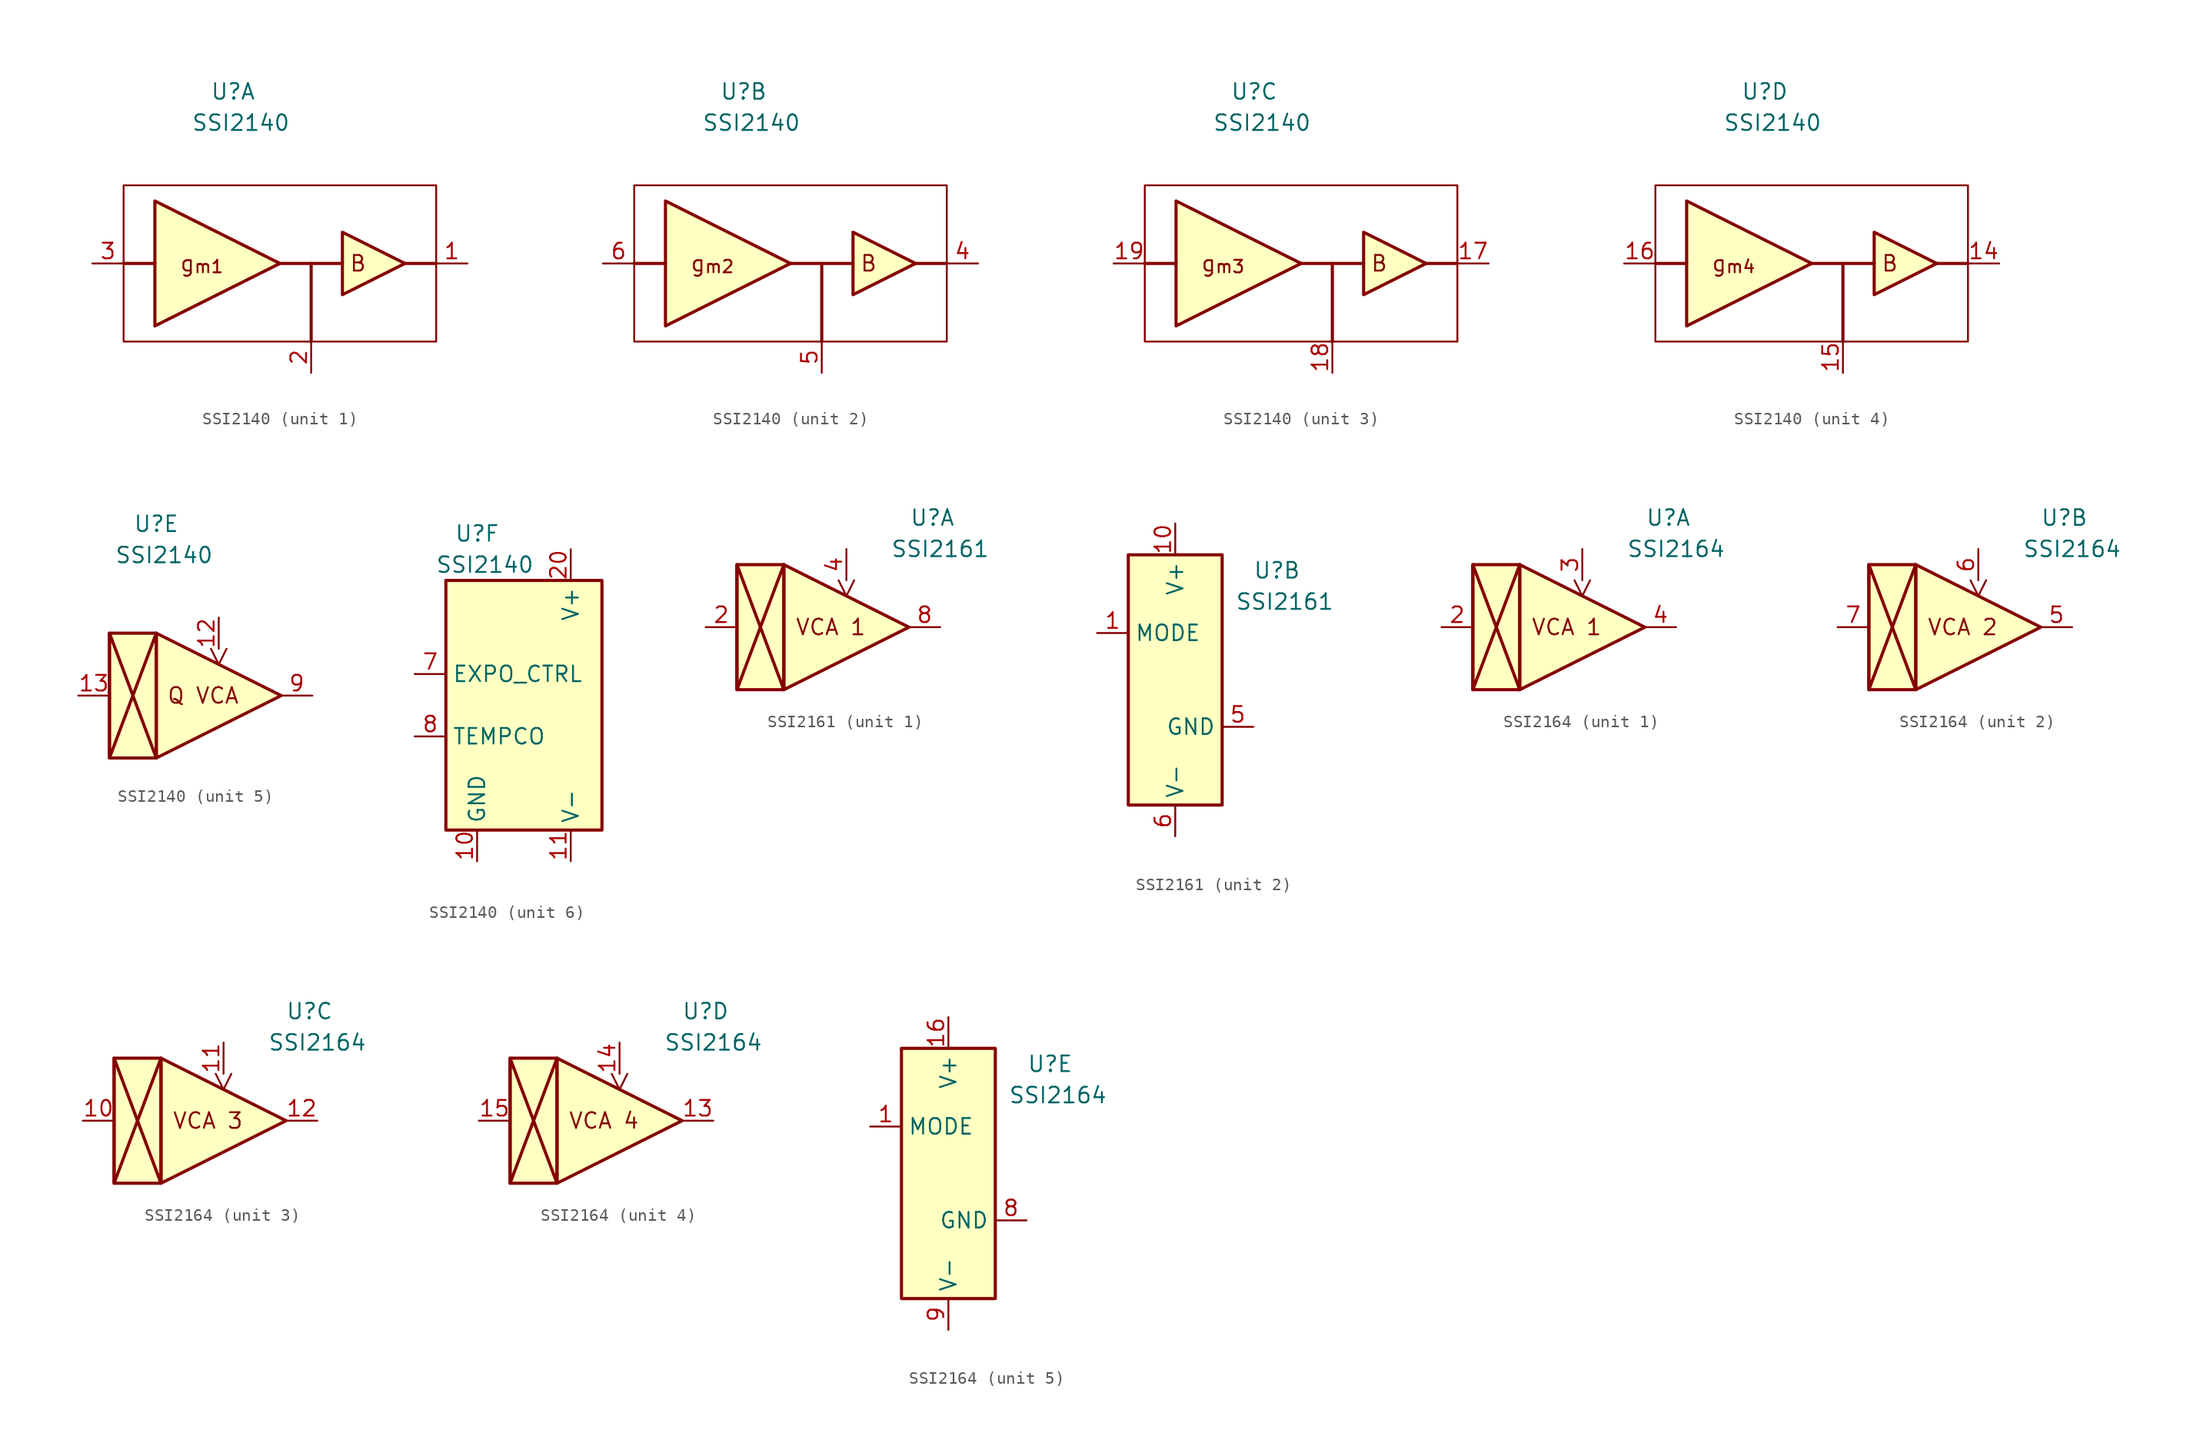
<source format=kicad_sym>
(kicad_symbol_lib
  (version 20211014)
  (generator kicad_symbol_editor)
  (symbol "SSI2140"
    (property "Reference" "U"
      (at -3.81 13.97 0)
      (effects (font (size 1.27 1.27))))
    (property "Value" "SSI2140"
      (at -3.175 11.43 0)
      (effects (font (size 1.27 1.27))))
    (property "ki_locked" ""
      (at 0 0 0)
      (effects (font (size 1.27 1.27))))
    (symbol "SSI2140_1_0"
      (rectangle (start -12.7 6.35) (end 12.7 -6.35) (stroke (width 0) (type default) (color 0 0 0 0)) (fill (type none)))
      (polyline (pts (xy -12.7 0) (xy -10.16 0)) (stroke (width 0.254) (type default) (color 0 0 0 0)) (fill (type none)))
      (polyline (pts (xy 0 0) (xy 5.08 0)) (stroke (width 0.254) (type default) (color 0 0 0 0)) (fill (type none)))
      (polyline (pts (xy 2.54 -6.35) (xy 2.54 0)) (stroke (width 0.254) (type default) (color 0 0 0 0)) (fill (type none)))
      (polyline (pts (xy 12.7 0) (xy 10.16 0)) (stroke (width 0.254) (type default) (color 0 0 0 0)) (fill (type none)))
      (text "B" (at 6.35 0 0) (effects (font (size 1.27 1.27))))
      (text "g_{m1}" (at -6.35 0 0) (effects (font (size 1.27 1.27)))))
    (symbol "SSI2140_1_1"
      (polyline (pts (xy -10.16 5.08) (xy 0 0) (xy -10.16 -5.08) (xy -10.16 5.08)) (stroke (width 0.254) (type default) (color 0 0 0 0)) (fill (type background)))
      (polyline (pts (xy 5.08 -2.54) (xy 5.08 2.54) (xy 10.16 0) (xy 5.08 -2.54) (xy 5.08 2.54)) (stroke (width 0.254) (type default) (color 0 0 0 0)) (fill (type background)))
      (pin output line (at 15.24 0 180) (length 2.54) (name "~" (effects (font (size 1.27 1.27)))) (number "1" (effects (font (size 1.27 1.27)))))
      (pin passive line (at 2.54 -8.89 90) (length 2.54) (name "~" (effects (font (size 1.27 1.27)))) (number "2" (effects (font (size 1.27 1.27)))))
      (pin input line (at -15.24 0 0) (length 2.54) (name "~" (effects (font (size 1.27 1.27)))) (number "3" (effects (font (size 1.27 1.27))))))
    (symbol "SSI2140_2_0"
      (rectangle (start -12.7 6.35) (end 12.7 -6.35) (stroke (width 0) (type default) (color 0 0 0 0)) (fill (type none)))
      (polyline (pts (xy -12.7 0) (xy -10.16 0)) (stroke (width 0.254) (type default) (color 0 0 0 0)) (fill (type none)))
      (polyline (pts (xy 0 0) (xy 5.08 0)) (stroke (width 0.254) (type default) (color 0 0 0 0)) (fill (type none)))
      (polyline (pts (xy 2.54 -6.35) (xy 2.54 0)) (stroke (width 0.254) (type default) (color 0 0 0 0)) (fill (type none)))
      (polyline (pts (xy 12.7 0) (xy 10.16 0)) (stroke (width 0.254) (type default) (color 0 0 0 0)) (fill (type none)))
      (text "B" (at 6.35 0 0) (effects (font (size 1.27 1.27))))
      (text "g_{m2}" (at -6.35 0 0) (effects (font (size 1.27 1.27)))))
    (symbol "SSI2140_2_1"
      (polyline (pts (xy -10.16 5.08) (xy 0 0) (xy -10.16 -5.08) (xy -10.16 5.08)) (stroke (width 0.254) (type default) (color 0 0 0 0)) (fill (type background)))
      (polyline (pts (xy 5.08 -2.54) (xy 5.08 2.54) (xy 10.16 0) (xy 5.08 -2.54) (xy 5.08 2.54)) (stroke (width 0.254) (type default) (color 0 0 0 0)) (fill (type background)))
      (pin output line (at 15.24 0 180) (length 2.54) (name "~" (effects (font (size 1.27 1.27)))) (number "4" (effects (font (size 1.27 1.27)))))
      (pin passive line (at 2.54 -8.89 90) (length 2.54) (name "~" (effects (font (size 1.27 1.27)))) (number "5" (effects (font (size 1.27 1.27)))))
      (pin input line (at -15.24 0 0) (length 2.54) (name "~" (effects (font (size 1.27 1.27)))) (number "6" (effects (font (size 1.27 1.27))))))
    (symbol "SSI2140_3_0"
      (rectangle (start -12.7 6.35) (end 12.7 -6.35) (stroke (width 0) (type default) (color 0 0 0 0)) (fill (type none)))
      (polyline (pts (xy -12.7 0) (xy -10.16 0)) (stroke (width 0.254) (type default) (color 0 0 0 0)) (fill (type none)))
      (polyline (pts (xy 0 0) (xy 5.08 0)) (stroke (width 0.254) (type default) (color 0 0 0 0)) (fill (type none)))
      (polyline (pts (xy 2.54 -6.35) (xy 2.54 0)) (stroke (width 0.254) (type default) (color 0 0 0 0)) (fill (type none)))
      (polyline (pts (xy 12.7 0) (xy 10.16 0)) (stroke (width 0.254) (type default) (color 0 0 0 0)) (fill (type none)))
      (text "B" (at 6.35 0 0) (effects (font (size 1.27 1.27))))
      (text "g_{m3}" (at -6.35 0 0) (effects (font (size 1.27 1.27)))))
    (symbol "SSI2140_3_1"
      (polyline (pts (xy -10.16 5.08) (xy 0 0) (xy -10.16 -5.08) (xy -10.16 5.08)) (stroke (width 0.254) (type default) (color 0 0 0 0)) (fill (type background)))
      (polyline (pts (xy 5.08 -2.54) (xy 5.08 2.54) (xy 10.16 0) (xy 5.08 -2.54) (xy 5.08 2.54)) (stroke (width 0.254) (type default) (color 0 0 0 0)) (fill (type background)))
      (pin output line (at 15.24 0 180) (length 2.54) (name "~" (effects (font (size 1.27 1.27)))) (number "17" (effects (font (size 1.27 1.27)))))
      (pin passive line (at 2.54 -8.89 90) (length 2.54) (name "~" (effects (font (size 1.27 1.27)))) (number "18" (effects (font (size 1.27 1.27)))))
      (pin input line (at -15.24 0 0) (length 2.54) (name "~" (effects (font (size 1.27 1.27)))) (number "19" (effects (font (size 1.27 1.27))))))
    (symbol "SSI2140_4_0"
      (rectangle (start -12.7 6.35) (end 12.7 -6.35) (stroke (width 0) (type default) (color 0 0 0 0)) (fill (type none)))
      (polyline (pts (xy -12.7 0) (xy -10.16 0)) (stroke (width 0.254) (type default) (color 0 0 0 0)) (fill (type none)))
      (polyline (pts (xy 0 0) (xy 5.08 0)) (stroke (width 0.254) (type default) (color 0 0 0 0)) (fill (type none)))
      (polyline (pts (xy 2.54 -6.35) (xy 2.54 0)) (stroke (width 0.254) (type default) (color 0 0 0 0)) (fill (type none)))
      (polyline (pts (xy 12.7 0) (xy 10.16 0)) (stroke (width 0.254) (type default) (color 0 0 0 0)) (fill (type none)))
      (text "B" (at 6.35 0 0) (effects (font (size 1.27 1.27))))
      (text "g_{m4}" (at -6.35 0 0) (effects (font (size 1.27 1.27)))))
    (symbol "SSI2140_4_1"
      (polyline (pts (xy -10.16 5.08) (xy 0 0) (xy -10.16 -5.08) (xy -10.16 5.08)) (stroke (width 0.254) (type default) (color 0 0 0 0)) (fill (type background)))
      (polyline (pts (xy 5.08 -2.54) (xy 5.08 2.54) (xy 10.16 0) (xy 5.08 -2.54) (xy 5.08 2.54)) (stroke (width 0.254) (type default) (color 0 0 0 0)) (fill (type background)))
      (pin output line (at 15.24 0 180) (length 2.54) (name "~" (effects (font (size 1.27 1.27)))) (number "14" (effects (font (size 1.27 1.27)))))
      (pin passive line (at 2.54 -8.89 90) (length 2.54) (name "~" (effects (font (size 1.27 1.27)))) (number "15" (effects (font (size 1.27 1.27)))))
      (pin input line (at -15.24 0 0) (length 2.54) (name "~" (effects (font (size 1.27 1.27)))) (number "16" (effects (font (size 1.27 1.27))))))
    (symbol "SSI2140_5_1"
      (rectangle (start -3.81 5.08) (end -7.62 -5.08) (stroke (width 0.254) (type default) (color 0 0 0 0)) (fill (type background)))
      (polyline (pts (xy -3.81 5.08) (xy -7.62 -5.08) (xy -7.62 5.08) (xy -3.81 -5.08)) (stroke (width 0.254) (type default) (color 0 0 0 0)) (fill (type none)))
      (polyline (pts (xy -3.81 5.08) (xy 6.35 0) (xy -3.81 -5.08) (xy -3.81 5.08)) (stroke (width 0.254) (type default) (color 0 0 0 0)) (fill (type background)))
      (text "Q VCA" (at 0 0 0) (effects (font (size 1.27 1.27))))
      (pin input clock (at 1.27 6.35 270) (length 2.54) (name "~" (effects (font (size 1.27 1.27)))) (number "12" (effects (font (size 1.27 1.27)))))
      (pin input line (at -10.16 0 0) (length 2.54) (name "" (effects (font (size 1.27 1.27)))) (number "13" (effects (font (size 1.27 1.27)))))
      (pin output line (at 8.89 0 180) (length 2.54) (name "~" (effects (font (size 1.27 1.27)))) (number "9" (effects (font (size 1.27 1.27))))))
    (symbol "SSI2140_6_0"
      (rectangle (start -6.35 10.16) (end 6.35 -10.16) (stroke (width 0.254) (type default) (color 0 0 0 0)) (fill (type background))))
    (symbol "SSI2140_6_1"
      (pin power_in line (at -3.81 -12.7 90) (length 2.54) (name "GND" (effects (font (size 1.27 1.27)))) (number "10" (effects (font (size 1.27 1.27)))))
      (pin power_in line (at 3.81 -12.7 90) (length 2.54) (name "V-" (effects (font (size 1.27 1.27)))) (number "11" (effects (font (size 1.27 1.27)))))
      (pin power_in line (at 3.81 12.7 270) (length 2.54) (name "V+" (effects (font (size 1.27 1.27)))) (number "20" (effects (font (size 1.27 1.27)))))
      (pin input line (at -8.89 2.54 0) (length 2.54) (name "EXPO_CTRL" (effects (font (size 1.27 1.27)))) (number "7" (effects (font (size 1.27 1.27)))))
      (pin input line (at -8.89 -2.54 0) (length 2.54) (name "TEMPCO" (effects (font (size 1.27 1.27)))) (number "8" (effects (font (size 1.27 1.27)))))))
  (symbol "SSI2161"
    (property "Reference" "U"
      (at 8.255 8.89 0)
      (effects (font (size 1.27 1.27))))
    (property "Value" "SSI2161"
      (at 8.89 6.35 0)
      (effects (font (size 1.27 1.27))))
    (property "ki_locked" ""
      (at 0 0 0)
      (effects (font (size 1.27 1.27))))
    (symbol "SSI2161_1_0"
      (text "VCA 1" (at 0 0 0) (effects (font (size 1.27 1.27)))))
    (symbol "SSI2161_1_1"
      (rectangle (start -3.81 5.08) (end -7.62 -5.08) (stroke (width 0.254) (type default) (color 0 0 0 0)) (fill (type background)))
      (polyline (pts (xy -3.81 5.08) (xy -7.62 -5.08) (xy -7.62 5.08) (xy -3.81 -5.08)) (stroke (width 0.254) (type default) (color 0 0 0 0)) (fill (type none)))
      (polyline (pts (xy -3.81 5.08) (xy 6.35 0) (xy -3.81 -5.08) (xy -3.81 5.08)) (stroke (width 0.254) (type default) (color 0 0 0 0)) (fill (type background)))
      (pin input line (at -10.16 0 0) (length 2.54) (name "~" (effects (font (size 1.27 1.27)))) (number "2" (effects (font (size 1.27 1.27)))))
      (pin input clock (at 1.27 6.35 270) (length 2.54) (name "~" (effects (font (size 1.27 1.27)))) (number "4" (effects (font (size 1.27 1.27)))))
      (pin output line (at 8.89 0 180) (length 2.54) (name "~" (effects (font (size 1.27 1.27)))) (number "8" (effects (font (size 1.27 1.27))))))
    (symbol "SSI2161_2_1"
      (rectangle (start -3.81 10.16) (end 3.81 -10.16) (stroke (width 0.254) (type default) (color 0 0 0 0)) (fill (type background)))
      (pin passive line (at -6.35 3.81 0) (length 2.54) (name "MODE" (effects (font (size 1.27 1.27)))) (number "1" (effects (font (size 1.27 1.27)))))
      (pin power_in line (at 0 12.7 270) (length 2.54) (name "V+" (effects (font (size 1.27 1.27)))) (number "10" (effects (font (size 1.27 1.27)))))
      (pin power_in line (at 6.35 -3.81 180) (length 2.54) (name "GND" (effects (font (size 1.27 1.27)))) (number "5" (effects (font (size 1.27 1.27)))))
      (pin power_in line (at 0 -12.7 90) (length 2.54) (name "V-" (effects (font (size 1.27 1.27)))) (number "6" (effects (font (size 1.27 1.27)))))))
  (symbol "SSI2164"
    (property "Reference" "U"
      (at 8.255 8.89 0)
      (effects (font (size 1.27 1.27))))
    (property "Value" "SSI2164"
      (at 8.89 6.35 0)
      (effects (font (size 1.27 1.27))))
    (property "ki_locked" ""
      (at 0 0 0)
      (effects (font (size 1.27 1.27))))
    (symbol "SSI2164_1_0"
      (text "VCA 1" (at 0 0 0) (effects (font (size 1.27 1.27)))))
    (symbol "SSI2164_1_1"
      (rectangle (start -3.81 5.08) (end -7.62 -5.08) (stroke (width 0.254) (type default) (color 0 0 0 0)) (fill (type background)))
      (polyline (pts (xy -3.81 5.08) (xy -7.62 -5.08) (xy -7.62 5.08) (xy -3.81 -5.08)) (stroke (width 0.254) (type default) (color 0 0 0 0)) (fill (type none)))
      (polyline (pts (xy -3.81 5.08) (xy 6.35 0) (xy -3.81 -5.08) (xy -3.81 5.08)) (stroke (width 0.254) (type default) (color 0 0 0 0)) (fill (type background)))
      (pin input line (at -10.16 0 0) (length 2.54) (name "~" (effects (font (size 1.27 1.27)))) (number "2" (effects (font (size 1.27 1.27)))))
      (pin input clock (at 1.27 6.35 270) (length 2.54) (name "~" (effects (font (size 1.27 1.27)))) (number "3" (effects (font (size 1.27 1.27)))))
      (pin output line (at 8.89 0 180) (length 2.54) (name "~" (effects (font (size 1.27 1.27)))) (number "4" (effects (font (size 1.27 1.27))))))
    (symbol "SSI2164_2_0"
      (text "VCA 2" (at 0 0 0) (effects (font (size 1.27 1.27)))))
    (symbol "SSI2164_2_1"
      (rectangle (start -3.81 5.08) (end -7.62 -5.08) (stroke (width 0.254) (type default) (color 0 0 0 0)) (fill (type background)))
      (polyline (pts (xy -3.81 5.08) (xy -7.62 -5.08) (xy -7.62 5.08) (xy -3.81 -5.08)) (stroke (width 0.254) (type default) (color 0 0 0 0)) (fill (type none)))
      (polyline (pts (xy -3.81 5.08) (xy 6.35 0) (xy -3.81 -5.08) (xy -3.81 5.08)) (stroke (width 0.254) (type default) (color 0 0 0 0)) (fill (type background)))
      (pin output line (at 8.89 0 180) (length 2.54) (name "~" (effects (font (size 1.27 1.27)))) (number "5" (effects (font (size 1.27 1.27)))))
      (pin input clock (at 1.27 6.35 270) (length 2.54) (name "~" (effects (font (size 1.27 1.27)))) (number "6" (effects (font (size 1.27 1.27)))))
      (pin input line (at -10.16 0 0) (length 2.54) (name "~" (effects (font (size 1.27 1.27)))) (number "7" (effects (font (size 1.27 1.27))))))
    (symbol "SSI2164_3_0"
      (text "VCA 3" (at 0 0 0) (effects (font (size 1.27 1.27)))))
    (symbol "SSI2164_3_1"
      (rectangle (start -3.81 5.08) (end -7.62 -5.08) (stroke (width 0.254) (type default) (color 0 0 0 0)) (fill (type background)))
      (polyline (pts (xy -3.81 5.08) (xy -7.62 -5.08) (xy -7.62 5.08) (xy -3.81 -5.08)) (stroke (width 0.254) (type default) (color 0 0 0 0)) (fill (type none)))
      (polyline (pts (xy -3.81 5.08) (xy 6.35 0) (xy -3.81 -5.08) (xy -3.81 5.08)) (stroke (width 0.254) (type default) (color 0 0 0 0)) (fill (type background)))
      (pin input line (at -10.16 0 0) (length 2.54) (name "~" (effects (font (size 1.27 1.27)))) (number "10" (effects (font (size 1.27 1.27)))))
      (pin input clock (at 1.27 6.35 270) (length 2.54) (name "~" (effects (font (size 1.27 1.27)))) (number "11" (effects (font (size 1.27 1.27)))))
      (pin output line (at 8.89 0 180) (length 2.54) (name "~" (effects (font (size 1.27 1.27)))) (number "12" (effects (font (size 1.27 1.27))))))
    (symbol "SSI2164_4_0"
      (text "VCA 4" (at 0 0 0) (effects (font (size 1.27 1.27)))))
    (symbol "SSI2164_4_1"
      (rectangle (start -3.81 5.08) (end -7.62 -5.08) (stroke (width 0.254) (type default) (color 0 0 0 0)) (fill (type background)))
      (polyline (pts (xy -3.81 5.08) (xy -7.62 -5.08) (xy -7.62 5.08) (xy -3.81 -5.08)) (stroke (width 0.254) (type default) (color 0 0 0 0)) (fill (type none)))
      (polyline (pts (xy -3.81 5.08) (xy 6.35 0) (xy -3.81 -5.08) (xy -3.81 5.08)) (stroke (width 0.254) (type default) (color 0 0 0 0)) (fill (type background)))
      (pin output line (at 8.89 0 180) (length 2.54) (name "~" (effects (font (size 1.27 1.27)))) (number "13" (effects (font (size 1.27 1.27)))))
      (pin input clock (at 1.27 6.35 270) (length 2.54) (name "~" (effects (font (size 1.27 1.27)))) (number "14" (effects (font (size 1.27 1.27)))))
      (pin input line (at -10.16 0 0) (length 2.54) (name "~" (effects (font (size 1.27 1.27)))) (number "15" (effects (font (size 1.27 1.27))))))
    (symbol "SSI2164_5_1"
      (rectangle (start -3.81 10.16) (end 3.81 -10.16) (stroke (width 0.254) (type default) (color 0 0 0 0)) (fill (type background)))
      (pin passive line (at -6.35 3.81 0) (length 2.54) (name "MODE" (effects (font (size 1.27 1.27)))) (number "1" (effects (font (size 1.27 1.27)))))
      (pin power_in line (at 0 12.7 270) (length 2.54) (name "V+" (effects (font (size 1.27 1.27)))) (number "16" (effects (font (size 1.27 1.27)))))
      (pin power_in line (at 6.35 -3.81 180) (length 2.54) (name "GND" (effects (font (size 1.27 1.27)))) (number "8" (effects (font (size 1.27 1.27)))))
      (pin power_in line (at 0 -12.7 90) (length 2.54) (name "V-" (effects (font (size 1.27 1.27)))) (number "9" (effects (font (size 1.27 1.27))))))))
</source>
